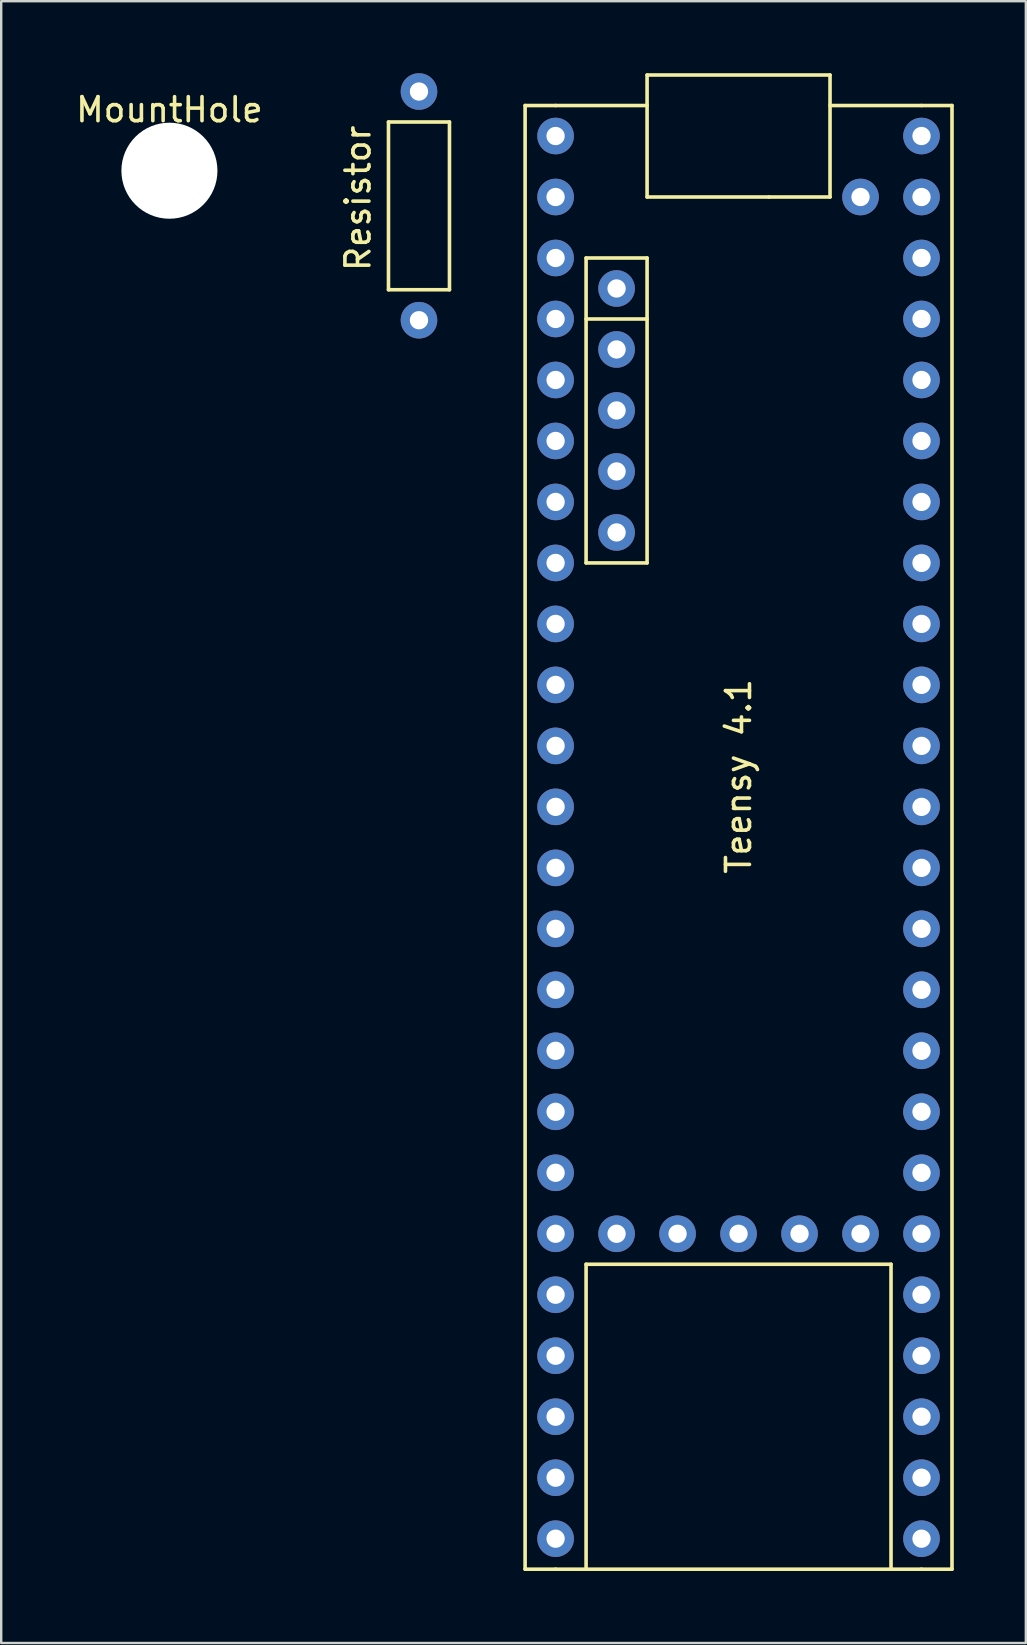
<source format=kicad_pcb>
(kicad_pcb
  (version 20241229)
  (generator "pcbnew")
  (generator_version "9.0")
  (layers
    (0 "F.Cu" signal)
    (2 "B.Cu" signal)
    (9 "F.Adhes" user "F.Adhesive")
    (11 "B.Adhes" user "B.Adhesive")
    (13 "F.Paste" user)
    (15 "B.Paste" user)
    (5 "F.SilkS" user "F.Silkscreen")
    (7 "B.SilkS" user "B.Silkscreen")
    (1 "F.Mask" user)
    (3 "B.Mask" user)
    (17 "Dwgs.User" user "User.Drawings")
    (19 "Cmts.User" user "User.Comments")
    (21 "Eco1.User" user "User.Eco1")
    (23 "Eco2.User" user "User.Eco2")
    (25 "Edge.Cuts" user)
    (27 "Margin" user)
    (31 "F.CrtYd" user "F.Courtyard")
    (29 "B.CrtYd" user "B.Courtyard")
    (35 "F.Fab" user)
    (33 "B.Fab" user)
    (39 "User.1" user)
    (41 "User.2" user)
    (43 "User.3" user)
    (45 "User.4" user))
  (footprint "Teensy 4.1"
    (layer "F.Cu")
    (at 27.71 15.315)
    (property "Reference" "Teensy 4.1" (at 0 13.97 90) (layer "F.SilkS") (effects (font (size 1 1) (thickness 0.15))))
    (attr through_hole)
    (fp_line (start -8.89 -13.97) (end -8.89 46.99) (stroke (width 0.15) (type solid)) (layer "F.SilkS"))
    (fp_line (start -8.89 46.99) (end -7.62 46.99) (stroke (width 0.15) (type solid)) (layer "F.SilkS"))
    (fp_line (start -7.62 -13.97) (end -8.89 -13.97) (stroke (width 0.15) (type solid)) (layer "F.SilkS"))
    (fp_line (start -7.62 46.99) (end 7.62 46.99) (stroke (width 0.15) (type solid)) (layer "F.SilkS"))
    (fp_line (start -6.35 -7.62) (end -3.81 -7.62) (stroke (width 0.15) (type solid)) (layer "F.SilkS"))
    (fp_line (start -6.35 -5.08) (end -3.81 -5.08) (stroke (width 0.15) (type solid)) (layer "F.SilkS"))
    (fp_line (start -6.35 5.08) (end -6.35 -7.62) (stroke (width 0.15) (type solid)) (layer "F.SilkS"))
    (fp_line (start -6.35 34.29) (end 6.35 34.29) (stroke (width 0.15) (type solid)) (layer "F.SilkS"))
    (fp_line (start -6.35 46.99) (end -6.35 34.29) (stroke (width 0.15) (type solid)) (layer "F.SilkS"))
    (fp_line (start -3.81 -15.24) (end 3.81 -15.24) (stroke (width 0.15) (type solid)) (layer "F.SilkS"))
    (fp_line (start -3.81 -13.97) (end -7.62 -13.97) (stroke (width 0.15) (type solid)) (layer "F.SilkS"))
    (fp_line (start -3.81 -10.16) (end -3.81 -15.24) (stroke (width 0.15) (type solid)) (layer "F.SilkS"))
    (fp_line (start -3.81 -10.16) (end 1.27 -10.16) (stroke (width 0.15) (type solid)) (layer "F.SilkS"))
    (fp_line (start -3.81 -7.62) (end -3.81 5.08) (stroke (width 0.15) (type solid)) (layer "F.SilkS"))
    (fp_line (start -3.81 5.08) (end -6.35 5.08) (stroke (width 0.15) (type solid)) (layer "F.SilkS"))
    (fp_line (start 1.27 -10.16) (end 3.81 -10.16) (stroke (width 0.15) (type solid)) (layer "F.SilkS"))
    (fp_line (start 3.81 -10.16) (end 3.81 -15.24) (stroke (width 0.15) (type solid)) (layer "F.SilkS"))
    (fp_line (start 6.35 34.29) (end 6.35 46.99) (stroke (width 0.15) (type solid)) (layer "F.SilkS"))
    (fp_line (start 7.62 -13.97) (end 3.81 -13.97) (stroke (width 0.15) (type solid)) (layer "F.SilkS"))
    (fp_line (start 7.62 46.99) (end 8.89 46.99) (stroke (width 0.15) (type solid)) (layer "F.SilkS"))
    (fp_line (start 8.89 -13.97) (end 7.62 -13.97) (stroke (width 0.15) (type solid)) (layer "F.SilkS"))
    (fp_line (start 8.89 46.99) (end 8.89 -13.97) (stroke (width 0.15) (type solid)) (layer "F.SilkS"))
    (pad "" thru_hole circle (at -5.08 -6.35) (size 1.524 1.524) (drill 0.762) (layers "*.Cu" "*.Mask"))
    (pad "" thru_hole circle (at -5.08 -3.81) (size 1.524 1.524) (drill 0.762) (layers "*.Cu" "*.Mask"))
    (pad "" thru_hole circle (at -5.08 -1.27) (size 1.524 1.524) (drill 0.762) (layers "*.Cu" "*.Mask"))
    (pad "" thru_hole circle (at -5.08 1.27) (size 1.524 1.524) (drill 0.762) (layers "*.Cu" "*.Mask"))
    (pad "" thru_hole circle (at -5.08 3.81) (size 1.524 1.524) (drill 0.762) (layers "*.Cu" "*.Mask"))
    (pad "" thru_hole circle (at -5.08 33.02) (size 1.524 1.524) (drill 0.762) (layers "*.Cu" "*.Mask"))
    (pad "" thru_hole circle (at -2.54 33.02) (size 1.524 1.524) (drill 0.762) (layers "*.Cu" "*.Mask"))
    (pad "" thru_hole circle (at 0 33.02) (size 1.524 1.524) (drill 0.762) (layers "*.Cu" "*.Mask"))
    (pad "" thru_hole circle (at 2.54 33.02) (size 1.524 1.524) (drill 0.762) (layers "*.Cu" "*.Mask"))
    (pad "" thru_hole circle (at 5.08 33.02) (size 1.524 1.524) (drill 0.762) (layers "*.Cu" "*.Mask"))
    (pad "0" thru_hole circle (at -7.62 -10.16) (size 1.524 1.524) (drill 0.762) (layers "*.Cu" "*.Mask"))
    (pad "1" thru_hole circle (at -7.62 -7.62) (size 1.524 1.524) (drill 0.762) (layers "*.Cu" "*.Mask"))
    (pad "2" thru_hole circle (at -7.62 -5.08) (size 1.524 1.524) (drill 0.762) (layers "*.Cu" "*.Mask"))
    (pad "3" thru_hole circle (at -7.62 -2.54) (size 1.524 1.524) (drill 0.762) (layers "*.Cu" "*.Mask"))
    (pad "4" thru_hole circle (at -7.62 0) (size 1.524 1.524) (drill 0.762) (layers "*.Cu" "*.Mask"))
    (pad "5" thru_hole circle (at -7.62 2.54) (size 1.524 1.524) (drill 0.762) (layers "*.Cu" "*.Mask"))
    (pad "6" thru_hole circle (at -7.62 5.08) (size 1.524 1.524) (drill 0.762) (layers "*.Cu" "*.Mask"))
    (pad "7" thru_hole circle (at -7.62 7.62) (size 1.524 1.524) (drill 0.762) (layers "*.Cu" "*.Mask"))
    (pad "8" thru_hole circle (at -7.62 10.16) (size 1.524 1.524) (drill 0.762) (layers "*.Cu" "*.Mask"))
    (pad "9" thru_hole circle (at -7.62 12.7) (size 1.524 1.524) (drill 0.762) (layers "*.Cu" "*.Mask"))
    (pad "10" thru_hole circle (at -7.62 15.24) (size 1.524 1.524) (drill 0.762) (layers "*.Cu" "*.Mask"))
    (pad "11" thru_hole circle (at -7.62 17.78) (size 1.524 1.524) (drill 0.762) (layers "*.Cu" "*.Mask"))
    (pad "12" thru_hole circle (at -7.62 20.32) (size 1.524 1.524) (drill 0.762) (layers "*.Cu" "*.Mask"))
    (pad "13" thru_hole circle (at 7.62 20.32) (size 1.524 1.524) (drill 0.762) (layers "*.Cu" "*.Mask"))
    (pad "14" thru_hole circle (at 7.62 17.78) (size 1.524 1.524) (drill 0.762) (layers "*.Cu" "*.Mask"))
    (pad "15" thru_hole circle (at 7.62 15.24) (size 1.524 1.524) (drill 0.762) (layers "*.Cu" "*.Mask"))
    (pad "16" thru_hole circle (at 7.62 12.7) (size 1.524 1.524) (drill 0.762) (layers "*.Cu" "*.Mask"))
    (pad "17" thru_hole circle (at 7.62 10.16) (size 1.524 1.524) (drill 0.762) (layers "*.Cu" "*.Mask"))
    (pad "18" thru_hole circle (at 7.62 7.62) (size 1.524 1.524) (drill 0.762) (layers "*.Cu" "*.Mask"))
    (pad "19" thru_hole circle (at 7.62 5.08) (size 1.524 1.524) (drill 0.762) (layers "*.Cu" "*.Mask"))
    (pad "20" thru_hole circle (at 7.62 2.54) (size 1.524 1.524) (drill 0.762) (layers "*.Cu" "*.Mask"))
    (pad "21" thru_hole circle (at 7.62 0) (size 1.524 1.524) (drill 0.762) (layers "*.Cu" "*.Mask"))
    (pad "22" thru_hole circle (at 7.62 -2.54) (size 1.524 1.524) (drill 0.762) (layers "*.Cu" "*.Mask"))
    (pad "23" thru_hole circle (at 7.62 -5.08) (size 1.524 1.524) (drill 0.762) (layers "*.Cu" "*.Mask"))
    (pad "24" thru_hole circle (at -7.62 25.4) (size 1.524 1.524) (drill 0.762) (layers "*.Cu" "*.Mask"))
    (pad "25" thru_hole circle (at -7.62 27.94) (size 1.524 1.524) (drill 0.762) (layers "*.Cu" "*.Mask"))
    (pad "26" thru_hole circle (at -7.62 30.48) (size 1.524 1.524) (drill 0.762) (layers "*.Cu" "*.Mask"))
    (pad "27" thru_hole circle (at -7.62 33.02) (size 1.524 1.524) (drill 0.762) (layers "*.Cu" "*.Mask"))
    (pad "28" thru_hole circle (at -7.62 35.56) (size 1.524 1.524) (drill 0.762) (layers "*.Cu" "*.Mask"))
    (pad "29" thru_hole circle (at -7.62 38.1) (size 1.524 1.524) (drill 0.762) (layers "*.Cu" "*.Mask"))
    (pad "30" thru_hole circle (at -7.62 40.64) (size 1.524 1.524) (drill 0.762) (layers "*.Cu" "*.Mask"))
    (pad "31" thru_hole circle (at -7.62 43.18) (size 1.524 1.524) (drill 0.762) (layers "*.Cu" "*.Mask"))
    (pad "32" thru_hole circle (at -7.62 45.72) (size 1.524 1.524) (drill 0.762) (layers "*.Cu" "*.Mask"))
    (pad "33" thru_hole circle (at 7.62 45.72) (size 1.524 1.524) (drill 0.762) (layers "*.Cu" "*.Mask"))
    (pad "34" thru_hole circle (at 7.62 43.18) (size 1.524 1.524) (drill 0.762) (layers "*.Cu" "*.Mask"))
    (pad "35" thru_hole circle (at 7.62 40.64) (size 1.524 1.524) (drill 0.762) (layers "*.Cu" "*.Mask"))
    (pad "36" thru_hole circle (at 7.62 38.1) (size 1.524 1.524) (drill 0.762) (layers "*.Cu" "*.Mask"))
    (pad "37" thru_hole circle (at 7.62 35.56) (size 1.524 1.524) (drill 0.762) (layers "*.Cu" "*.Mask"))
    (pad "38" thru_hole circle (at 7.62 33.02) (size 1.524 1.524) (drill 0.762) (layers "*.Cu" "*.Mask"))
    (pad "39" thru_hole circle (at 7.62 30.48) (size 1.524 1.524) (drill 0.762) (layers "*.Cu" "*.Mask"))
    (pad "40" thru_hole circle (at 7.62 27.94) (size 1.524 1.524) (drill 0.762) (layers "*.Cu" "*.Mask"))
    (pad "41" thru_hole circle (at 7.62 25.4) (size 1.524 1.524) (drill 0.762) (layers "*.Cu" "*.Mask"))
    (pad "G1" thru_hole circle (at 7.62 -10.16) (size 1.524 1.524) (drill 0.762) (layers "*.Cu" "*.Mask"))
    (pad "G2" thru_hole circle (at 5.08 -10.16) (size 1.524 1.524) (drill 0.762) (layers "*.Cu" "*.Mask"))
    (pad "G3" thru_hole circle (at 7.62 22.86) (size 1.524 1.524) (drill 0.762) (layers "*.Cu" "*.Mask"))
    (pad "G4" thru_hole circle (at -7.62 -12.7) (size 1.524 1.524) (drill 0.762) (layers "*.Cu" "*.Mask"))
    (pad "V1" thru_hole circle (at 7.62 -7.62) (size 1.524 1.524) (drill 0.762) (layers "*.Cu" "*.Mask"))
    (pad "V2" thru_hole circle (at -7.62 22.86) (size 1.524 1.524) (drill 0.762) (layers "*.Cu" "*.Mask"))
    (pad "Vin" thru_hole circle (at 7.62 -12.7) (size 1.524 1.524) (drill 0.762) (layers "*.Cu" "*.Mask")))
  (footprint "MountHole"
    (layer "F.Cu")
    (at 4.006 0.25)
    (property "Reference" "MountHole" (at 0 1.27 0) (layer "F.SilkS") (effects (font (size 1 1) (thickness 0.15))))
    (attr through_hole)
    (pad "" np_thru_hole circle (at 0 3.81) (size 4 4) (drill 4) (layers "*.Cu" "*.Mask")))
  (footprint "Resistor"
    (layer "F.Cu")
    (at 14.4 0.762)
    (property "Reference" "Resistor" (at -2.54 4.445 90) (layer "F.SilkS") (effects (font (size 1 1) (thickness 0.15))))
    (attr through_hole)
    (fp_line (start -1.27 1.27) (end 1.27 1.27) (stroke (width 0.15) (type solid)) (layer "F.SilkS"))
    (fp_line (start -1.27 8.255) (end -1.27 1.27) (stroke (width 0.15) (type solid)) (layer "F.SilkS"))
    (fp_line (start 1.27 1.27) (end 1.27 8.255) (stroke (width 0.15) (type solid)) (layer "F.SilkS"))
    (fp_line (start 1.27 8.255) (end -1.27 8.255) (stroke (width 0.15) (type solid)) (layer "F.SilkS"))
    (pad "1" thru_hole circle (at 0 0) (size 1.524 1.524) (drill 0.762) (layers "*.Cu" "*.Mask"))
    (pad "2" thru_hole circle (at 0 9.525) (size 1.524 1.524) (drill 0.762) (layers "*.Cu" "*.Mask")))
  (gr_rect
    (start -3 -3)
    (end 39.675 65.38)
    (stroke (width 0.1) (type default))
    (fill no)
    (layer "Edge.Cuts")))
</source>
